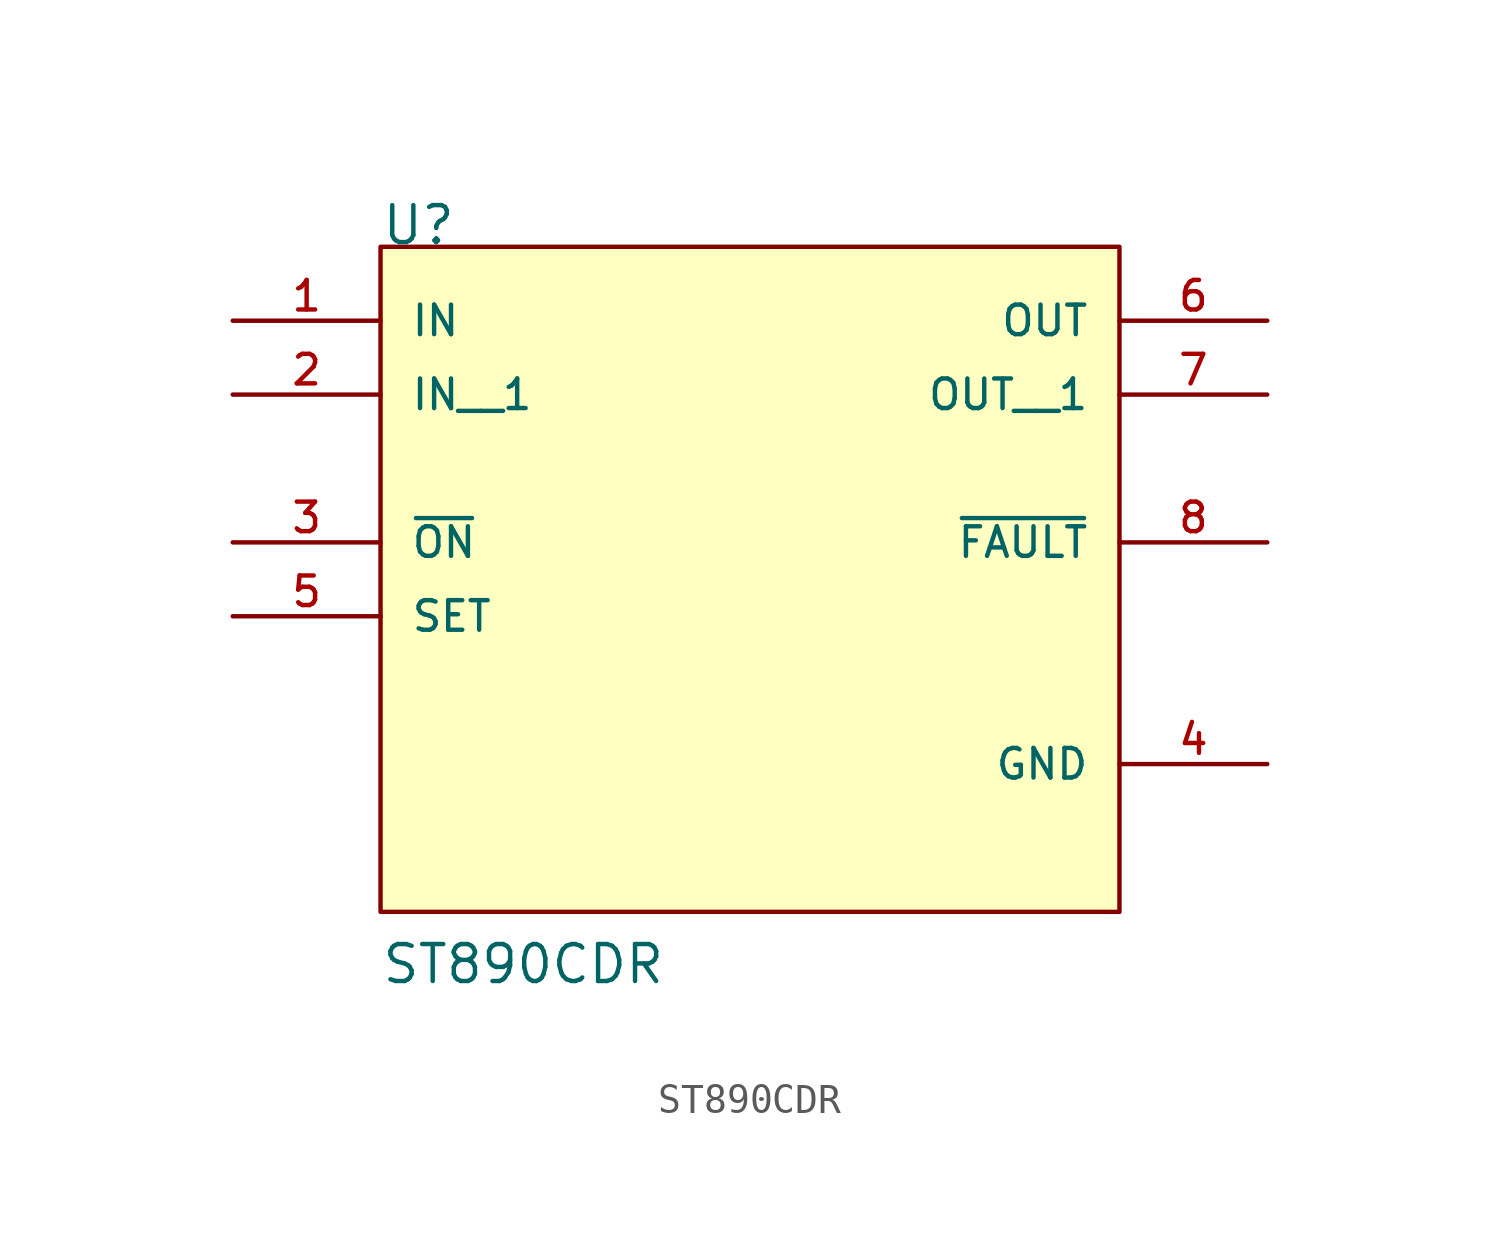
<source format=kicad_sym>
(kicad_symbol_lib
  (version 20211014)
  (generator kicad_symbol_editor)
  (symbol "ST890CDR"
    (pin_names
      (offset 1.016))
    (property "Reference" "U"
      (at -12.7 10.16 0)
      (effects (font (size 1.27 1.27)) (justify bottom left)))
    (property "Value" "ST890CDR"
      (at -12.7 -15.24 0)
      (effects (font (size 1.27 1.27)) (justify bottom left)))
    (symbol "ST890CDR_0_0"
      (rectangle (start -12.7 -12.7) (end 12.7 10.16) (stroke (width 0.152)) (fill (type background)))
      (pin input line (at -17.78 7.62 0) (length 5.08) (name "IN" (effects (font (size 1.016 1.016)))) (number "1" (effects (font (size 1.016 1.016)))))
      (pin input line (at -17.78 0.0 0) (length 5.08) (name "~{ON}" (effects (font (size 1.016 1.016)))) (number "3" (effects (font (size 1.016 1.016)))))
      (pin power_in line (at 17.78 -7.62 180.0) (length 5.08) (name "GND" (effects (font (size 1.016 1.016)))) (number "4" (effects (font (size 1.016 1.016)))))
      (pin input line (at -17.78 -2.54 0) (length 5.08) (name "SET" (effects (font (size 1.016 1.016)))) (number "5" (effects (font (size 1.016 1.016)))))
      (pin output line (at 17.78 7.62 180.0) (length 5.08) (name "OUT" (effects (font (size 1.016 1.016)))) (number "6" (effects (font (size 1.016 1.016)))))
      (pin output line (at 17.78 0.0 180.0) (length 5.08) (name "~{FAULT}" (effects (font (size 1.016 1.016)))) (number "8" (effects (font (size 1.016 1.016)))))
      (pin input line (at -17.78 5.08 0) (length 5.08) (name "IN__1" (effects (font (size 1.016 1.016)))) (number "2" (effects (font (size 1.016 1.016)))))
      (pin output line (at 17.78 5.08 180.0) (length 5.08) (name "OUT__1" (effects (font (size 1.016 1.016)))) (number "7" (effects (font (size 1.016 1.016))))))))
</source>
